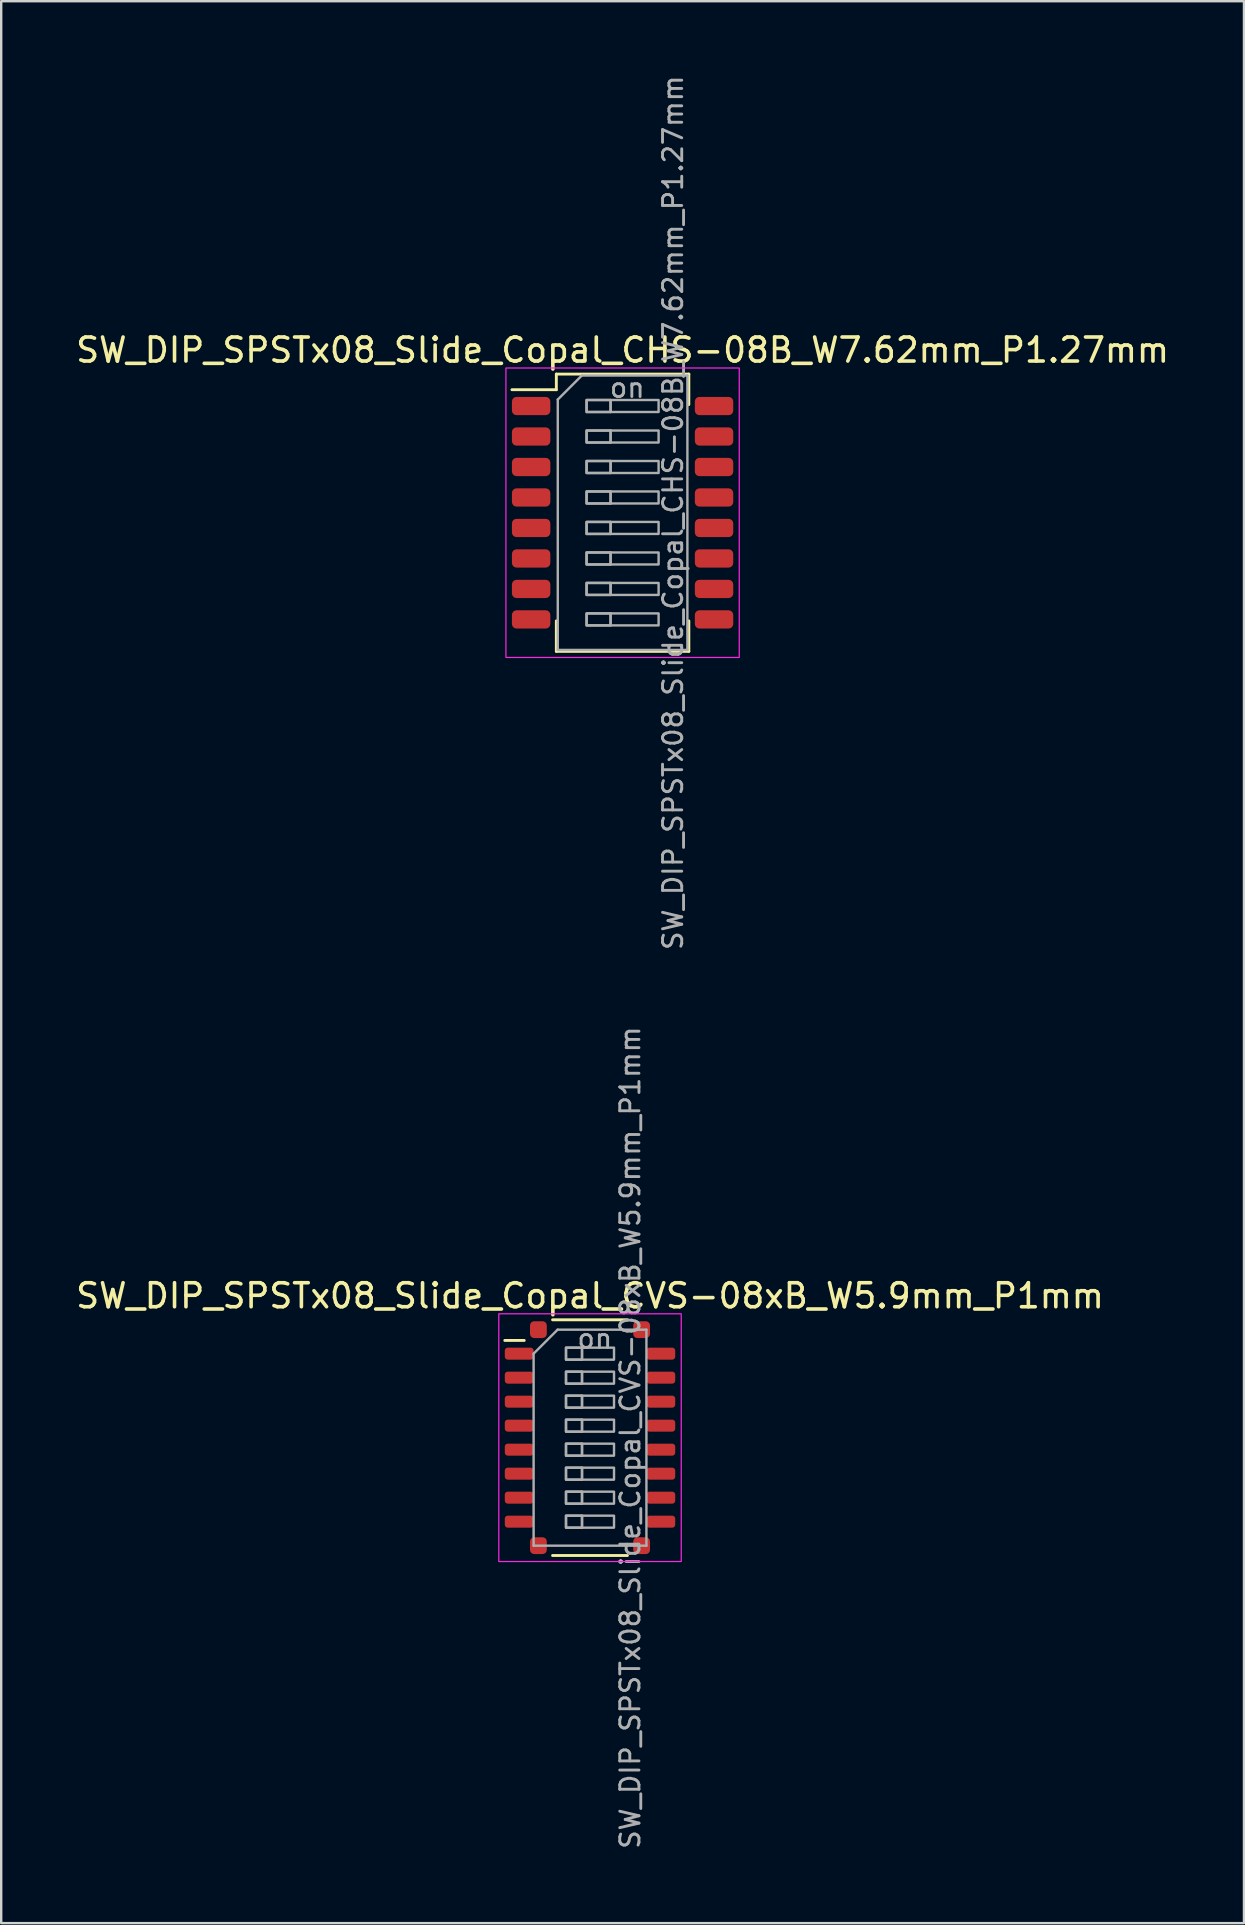
<source format=kicad_pcb>
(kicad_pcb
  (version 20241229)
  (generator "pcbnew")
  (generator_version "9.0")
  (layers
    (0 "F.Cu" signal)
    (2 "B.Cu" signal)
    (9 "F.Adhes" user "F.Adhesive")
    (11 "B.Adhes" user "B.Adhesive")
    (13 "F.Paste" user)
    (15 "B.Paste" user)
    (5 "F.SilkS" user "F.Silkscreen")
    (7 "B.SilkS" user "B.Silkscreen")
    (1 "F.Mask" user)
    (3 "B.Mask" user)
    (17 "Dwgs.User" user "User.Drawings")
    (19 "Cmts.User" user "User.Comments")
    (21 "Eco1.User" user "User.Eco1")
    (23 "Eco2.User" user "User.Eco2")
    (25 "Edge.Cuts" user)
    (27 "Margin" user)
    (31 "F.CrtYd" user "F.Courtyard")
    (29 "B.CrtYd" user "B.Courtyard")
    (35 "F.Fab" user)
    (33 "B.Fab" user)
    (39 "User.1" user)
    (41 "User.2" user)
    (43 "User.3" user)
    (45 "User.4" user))
  (footprint "SW_DIP_SPSTx08_Slide_Copal_CVS-08xB_W5.9mm_P1mm"
    (layer "F.Cu")
    (at 21.53 56.843)
    (property "Reference" "SW_DIP_SPSTx08_Slide_Copal_CVS-08xB_W5.9mm_P1mm" (at 0 -5.91 0) (layer "F.SilkS") (effects (font (size 1 1) (thickness 0.15))))
    (attr smd)
    (fp_line (start -3.55 -4.05) (end -2.74 -4.05) (stroke (width 0.12) (type solid)) (layer "F.SilkS"))
    (fp_line (start -1.56 -4.91) (end 1.56 -4.91) (stroke (width 0.12) (type solid)) (layer "F.SilkS"))
    (fp_line (start -1.56 4.91) (end 1.56 4.91) (stroke (width 0.12) (type solid)) (layer "F.SilkS"))
    (fp_rect (start -3.8 -5.16) (end 3.8 5.16) (stroke (width 0.05) (type solid)) (fill no) (layer "F.CrtYd"))
    (fp_line (start -2.35 -3.5) (end -1.35 -4.5) (stroke (width 0.1) (type solid)) (layer "F.Fab"))
    (fp_line (start -2.35 4.5) (end -2.35 -3.5) (stroke (width 0.1) (type solid)) (layer "F.Fab"))
    (fp_line (start -1.35 -4.5) (end 2.35 -4.5) (stroke (width 0.1) (type solid)) (layer "F.Fab"))
    (fp_line (start -0.333 -3.75) (end -0.333 -3.25) (stroke (width 0.1) (type solid)) (layer "F.Fab"))
    (fp_line (start -0.333 -2.75) (end -0.333 -2.25) (stroke (width 0.1) (type solid)) (layer "F.Fab"))
    (fp_line (start -0.333 -1.75) (end -0.333 -1.25) (stroke (width 0.1) (type solid)) (layer "F.Fab"))
    (fp_line (start -0.333 -0.75) (end -0.333 -0.25) (stroke (width 0.1) (type solid)) (layer "F.Fab"))
    (fp_line (start -0.333 0.25) (end -0.333 0.75) (stroke (width 0.1) (type solid)) (layer "F.Fab"))
    (fp_line (start -0.333 1.25) (end -0.333 1.75) (stroke (width 0.1) (type solid)) (layer "F.Fab"))
    (fp_line (start -0.333 2.25) (end -0.333 2.75) (stroke (width 0.1) (type solid)) (layer "F.Fab"))
    (fp_line (start -0.333 3.25) (end -0.333 3.75) (stroke (width 0.1) (type solid)) (layer "F.Fab"))
    (fp_line (start 2.35 -4.5) (end 2.35 4.5) (stroke (width 0.1) (type solid)) (layer "F.Fab"))
    (fp_line (start 2.35 4.5) (end -2.35 4.5) (stroke (width 0.1) (type solid)) (layer "F.Fab"))
    (fp_rect (start -1 -3.75) (end -0.333 -3.25) (stroke (width 0.1) (type solid)) (fill no) (layer "F.Fab"))
    (fp_rect (start -1 -3.75) (end 1 -3.25) (stroke (width 0.1) (type solid)) (fill no) (layer "F.Fab"))
    (fp_rect (start -1 -2.75) (end -0.333 -2.25) (stroke (width 0.1) (type solid)) (fill no) (layer "F.Fab"))
    (fp_rect (start -1 -2.75) (end 1 -2.25) (stroke (width 0.1) (type solid)) (fill no) (layer "F.Fab"))
    (fp_rect (start -1 -1.75) (end -0.333 -1.25) (stroke (width 0.1) (type solid)) (fill no) (layer "F.Fab"))
    (fp_rect (start -1 -1.75) (end 1 -1.25) (stroke (width 0.1) (type solid)) (fill no) (layer "F.Fab"))
    (fp_rect (start -1 -0.75) (end -0.333 -0.25) (stroke (width 0.1) (type solid)) (fill no) (layer "F.Fab"))
    (fp_rect (start -1 -0.75) (end 1 -0.25) (stroke (width 0.1) (type solid)) (fill no) (layer "F.Fab"))
    (fp_rect (start -1 0.25) (end -0.333 0.75) (stroke (width 0.1) (type solid)) (fill no) (layer "F.Fab"))
    (fp_rect (start -1 0.25) (end 1 0.75) (stroke (width 0.1) (type solid)) (fill no) (layer "F.Fab"))
    (fp_rect (start -1 1.25) (end -0.333 1.75) (stroke (width 0.1) (type solid)) (fill no) (layer "F.Fab"))
    (fp_rect (start -1 1.25) (end 1 1.75) (stroke (width 0.1) (type solid)) (fill no) (layer "F.Fab"))
    (fp_rect (start -1 2.25) (end -0.333 2.75) (stroke (width 0.1) (type solid)) (fill no) (layer "F.Fab"))
    (fp_rect (start -1 2.25) (end 1 2.75) (stroke (width 0.1) (type solid)) (fill no) (layer "F.Fab"))
    (fp_rect (start -1 3.25) (end -0.333 3.75) (stroke (width 0.1) (type solid)) (fill no) (layer "F.Fab"))
    (fp_rect (start -1 3.25) (end 1 3.75) (stroke (width 0.1) (type solid)) (fill no) (layer "F.Fab"))
    (fp_text user "${REFERENCE}" (at 1.675 0 90) (layer "F.Fab") (effects (font (size 0.8 0.8) (thickness 0.12))))
    (fp_text user "on" (at 0.2 -4.125 0) (layer "F.Fab") (effects (font (size 0.8 0.8) (thickness 0.12))))
    (pad "1" smd roundrect (at -2.95 -3.5) (size 1.2 0.5) (layers "F.Cu" "F.Mask" "F.Paste") (roundrect_rratio 0.25))
    (pad "2" smd roundrect (at -2.95 -2.5) (size 1.2 0.5) (layers "F.Cu" "F.Mask" "F.Paste") (roundrect_rratio 0.25))
    (pad "3" smd roundrect (at -2.95 -1.5) (size 1.2 0.5) (layers "F.Cu" "F.Mask" "F.Paste") (roundrect_rratio 0.25))
    (pad "4" smd roundrect (at -2.95 -0.5) (size 1.2 0.5) (layers "F.Cu" "F.Mask" "F.Paste") (roundrect_rratio 0.25))
    (pad "5" smd roundrect (at -2.95 0.5) (size 1.2 0.5) (layers "F.Cu" "F.Mask" "F.Paste") (roundrect_rratio 0.25))
    (pad "6" smd roundrect (at -2.95 1.5) (size 1.2 0.5) (layers "F.Cu" "F.Mask" "F.Paste") (roundrect_rratio 0.25))
    (pad "7" smd roundrect (at -2.95 2.5) (size 1.2 0.5) (layers "F.Cu" "F.Mask" "F.Paste") (roundrect_rratio 0.25))
    (pad "8" smd roundrect (at -2.95 3.5) (size 1.2 0.5) (layers "F.Cu" "F.Mask" "F.Paste") (roundrect_rratio 0.25))
    (pad "9" smd roundrect (at 2.95 3.5) (size 1.2 0.5) (layers "F.Cu" "F.Mask" "F.Paste") (roundrect_rratio 0.25))
    (pad "10" smd roundrect (at 2.95 2.5) (size 1.2 0.5) (layers "F.Cu" "F.Mask" "F.Paste") (roundrect_rratio 0.25))
    (pad "11" smd roundrect (at 2.95 1.5) (size 1.2 0.5) (layers "F.Cu" "F.Mask" "F.Paste") (roundrect_rratio 0.25))
    (pad "12" smd roundrect (at 2.95 0.5) (size 1.2 0.5) (layers "F.Cu" "F.Mask" "F.Paste") (roundrect_rratio 0.25))
    (pad "13" smd roundrect (at 2.95 -0.5) (size 1.2 0.5) (layers "F.Cu" "F.Mask" "F.Paste") (roundrect_rratio 0.25))
    (pad "14" smd roundrect (at 2.95 -1.5) (size 1.2 0.5) (layers "F.Cu" "F.Mask" "F.Paste") (roundrect_rratio 0.25))
    (pad "15" smd roundrect (at 2.95 -2.5) (size 1.2 0.5) (layers "F.Cu" "F.Mask" "F.Paste") (roundrect_rratio 0.25))
    (pad "16" smd roundrect (at 2.95 -3.5) (size 1.2 0.5) (layers "F.Cu" "F.Mask" "F.Paste") (roundrect_rratio 0.25))
    (pad "17" smd roundrect (at -2.15 -4.5) (size 0.7 0.7) (layers "F.Cu" "F.Mask" "F.Paste") (roundrect_rratio 0.25))
    (pad "17" smd roundrect (at -2.15 4.5) (size 0.7 0.7) (layers "F.Cu" "F.Mask" "F.Paste") (roundrect_rratio 0.25))
    (pad "17" smd roundrect (at 2.15 -4.5) (size 0.7 0.7) (layers "F.Cu" "F.Mask" "F.Paste") (roundrect_rratio 0.25))
    (pad "17" smd roundrect (at 2.15 4.5) (size 0.7 0.7) (layers "F.Cu" "F.Mask" "F.Paste") (roundrect_rratio 0.25)))
  (footprint "SW_DIP_SPSTx08_Slide_Copal_CHS-08B_W7.62mm_P1.27mm"
    (layer "F.Cu")
    (at 22.887 18.31)
    (property "Reference" "SW_DIP_SPSTx08_Slide_Copal_CHS-08B_W7.62mm_P1.27mm" (at 0 -6.775 0) (layer "F.SilkS") (effects (font (size 1 1) (thickness 0.15))))
    (attr smd)
    (fp_line (start -4.61 -5.125) (end -2.76 -5.125) (stroke (width 0.12) (type solid)) (layer "F.SilkS"))
    (fp_line (start -2.76 -5.775) (end -2.76 -5.125) (stroke (width 0.12) (type solid)) (layer "F.SilkS"))
    (fp_line (start -2.76 -5.775) (end 2.76 -5.775) (stroke (width 0.12) (type solid)) (layer "F.SilkS"))
    (fp_line (start -2.76 5.775) (end -2.76 4.505) (stroke (width 0.12) (type solid)) (layer "F.SilkS"))
    (fp_line (start -2.76 5.775) (end 2.76 5.775) (stroke (width 0.12) (type solid)) (layer "F.SilkS"))
    (fp_line (start 2.76 -5.775) (end 2.76 -4.505) (stroke (width 0.12) (type solid)) (layer "F.SilkS"))
    (fp_line (start 2.76 5.775) (end 2.76 4.505) (stroke (width 0.12) (type solid)) (layer "F.SilkS"))
    (fp_rect (start -4.86 -6.03) (end 4.86 6.03) (stroke (width 0.05) (type solid)) (fill no) (layer "F.CrtYd"))
    (fp_line (start -2.7 -4.715) (end -1.7 -5.715) (stroke (width 0.1) (type solid)) (layer "F.Fab"))
    (fp_line (start -2.7 5.715) (end -2.7 -4.715) (stroke (width 0.1) (type solid)) (layer "F.Fab"))
    (fp_line (start -1.7 -5.715) (end 2.7 -5.715) (stroke (width 0.1) (type solid)) (layer "F.Fab"))
    (fp_line (start -0.5 -4.695) (end -0.5 -4.195) (stroke (width 0.1) (type solid)) (layer "F.Fab"))
    (fp_line (start -0.5 -3.425) (end -0.5 -2.925) (stroke (width 0.1) (type solid)) (layer "F.Fab"))
    (fp_line (start -0.5 -2.155) (end -0.5 -1.655) (stroke (width 0.1) (type solid)) (layer "F.Fab"))
    (fp_line (start -0.5 -0.885) (end -0.5 -0.385) (stroke (width 0.1) (type solid)) (layer "F.Fab"))
    (fp_line (start -0.5 0.385) (end -0.5 0.885) (stroke (width 0.1) (type solid)) (layer "F.Fab"))
    (fp_line (start -0.5 1.655) (end -0.5 2.155) (stroke (width 0.1) (type solid)) (layer "F.Fab"))
    (fp_line (start -0.5 2.925) (end -0.5 3.425) (stroke (width 0.1) (type solid)) (layer "F.Fab"))
    (fp_line (start -0.5 4.195) (end -0.5 4.695) (stroke (width 0.1) (type solid)) (layer "F.Fab"))
    (fp_line (start 2.7 -5.715) (end 2.7 5.715) (stroke (width 0.1) (type solid)) (layer "F.Fab"))
    (fp_line (start 2.7 5.715) (end -2.7 5.715) (stroke (width 0.1) (type solid)) (layer "F.Fab"))
    (fp_rect (start -1.5 -4.695) (end -0.5 -4.195) (stroke (width 0.1) (type solid)) (fill no) (layer "F.Fab"))
    (fp_rect (start -1.5 -4.695) (end 1.5 -4.195) (stroke (width 0.1) (type solid)) (fill no) (layer "F.Fab"))
    (fp_rect (start -1.5 -3.425) (end -0.5 -2.925) (stroke (width 0.1) (type solid)) (fill no) (layer "F.Fab"))
    (fp_rect (start -1.5 -3.425) (end 1.5 -2.925) (stroke (width 0.1) (type solid)) (fill no) (layer "F.Fab"))
    (fp_rect (start -1.5 -2.155) (end -0.5 -1.655) (stroke (width 0.1) (type solid)) (fill no) (layer "F.Fab"))
    (fp_rect (start -1.5 -2.155) (end 1.5 -1.655) (stroke (width 0.1) (type solid)) (fill no) (layer "F.Fab"))
    (fp_rect (start -1.5 -0.885) (end -0.5 -0.385) (stroke (width 0.1) (type solid)) (fill no) (layer "F.Fab"))
    (fp_rect (start -1.5 -0.885) (end 1.5 -0.385) (stroke (width 0.1) (type solid)) (fill no) (layer "F.Fab"))
    (fp_rect (start -1.5 0.385) (end -0.5 0.885) (stroke (width 0.1) (type solid)) (fill no) (layer "F.Fab"))
    (fp_rect (start -1.5 0.385) (end 1.5 0.885) (stroke (width 0.1) (type solid)) (fill no) (layer "F.Fab"))
    (fp_rect (start -1.5 1.655) (end -0.5 2.155) (stroke (width 0.1) (type solid)) (fill no) (layer "F.Fab"))
    (fp_rect (start -1.5 1.655) (end 1.5 2.155) (stroke (width 0.1) (type solid)) (fill no) (layer "F.Fab"))
    (fp_rect (start -1.5 2.925) (end -0.5 3.425) (stroke (width 0.1) (type solid)) (fill no) (layer "F.Fab"))
    (fp_rect (start -1.5 2.925) (end 1.5 3.425) (stroke (width 0.1) (type solid)) (fill no) (layer "F.Fab"))
    (fp_rect (start -1.5 4.195) (end -0.5 4.695) (stroke (width 0.1) (type solid)) (fill no) (layer "F.Fab"))
    (fp_rect (start -1.5 4.195) (end 1.5 4.695) (stroke (width 0.1) (type solid)) (fill no) (layer "F.Fab"))
    (fp_text user "${REFERENCE}" (at 2.1 0 90) (layer "F.Fab") (effects (font (size 0.8 0.8) (thickness 0.12))))
    (fp_text user "on" (at 0.195 -5.205 0) (layer "F.Fab") (effects (font (size 0.8 0.8) (thickness 0.12))))
    (pad "1" smd roundrect (at -3.81 -4.445) (size 1.6 0.76) (layers "F.Cu" "F.Mask" "F.Paste") (roundrect_rratio 0.25))
    (pad "2" smd roundrect (at -3.81 -3.175) (size 1.6 0.76) (layers "F.Cu" "F.Mask" "F.Paste") (roundrect_rratio 0.25))
    (pad "3" smd roundrect (at -3.81 -1.905) (size 1.6 0.76) (layers "F.Cu" "F.Mask" "F.Paste") (roundrect_rratio 0.25))
    (pad "4" smd roundrect (at -3.81 -0.635) (size 1.6 0.76) (layers "F.Cu" "F.Mask" "F.Paste") (roundrect_rratio 0.25))
    (pad "5" smd roundrect (at -3.81 0.635) (size 1.6 0.76) (layers "F.Cu" "F.Mask" "F.Paste") (roundrect_rratio 0.25))
    (pad "6" smd roundrect (at -3.81 1.905) (size 1.6 0.76) (layers "F.Cu" "F.Mask" "F.Paste") (roundrect_rratio 0.25))
    (pad "7" smd roundrect (at -3.81 3.175) (size 1.6 0.76) (layers "F.Cu" "F.Mask" "F.Paste") (roundrect_rratio 0.25))
    (pad "8" smd roundrect (at -3.81 4.445) (size 1.6 0.76) (layers "F.Cu" "F.Mask" "F.Paste") (roundrect_rratio 0.25))
    (pad "9" smd roundrect (at 3.81 4.445) (size 1.6 0.76) (layers "F.Cu" "F.Mask" "F.Paste") (roundrect_rratio 0.25))
    (pad "10" smd roundrect (at 3.81 3.175) (size 1.6 0.76) (layers "F.Cu" "F.Mask" "F.Paste") (roundrect_rratio 0.25))
    (pad "11" smd roundrect (at 3.81 1.905) (size 1.6 0.76) (layers "F.Cu" "F.Mask" "F.Paste") (roundrect_rratio 0.25))
    (pad "12" smd roundrect (at 3.81 0.635) (size 1.6 0.76) (layers "F.Cu" "F.Mask" "F.Paste") (roundrect_rratio 0.25))
    (pad "13" smd roundrect (at 3.81 -0.635) (size 1.6 0.76) (layers "F.Cu" "F.Mask" "F.Paste") (roundrect_rratio 0.25))
    (pad "14" smd roundrect (at 3.81 -1.905) (size 1.6 0.76) (layers "F.Cu" "F.Mask" "F.Paste") (roundrect_rratio 0.25))
    (pad "15" smd roundrect (at 3.81 -3.175) (size 1.6 0.76) (layers "F.Cu" "F.Mask" "F.Paste") (roundrect_rratio 0.25))
    (pad "16" smd roundrect (at 3.81 -4.445) (size 1.6 0.76) (layers "F.Cu" "F.Mask" "F.Paste") (roundrect_rratio 0.25)))
  (gr_rect
    (start -3 -3)
    (end 48.774 77.067)
    (stroke (width 0.1) (type default))
    (fill no)
    (layer "Edge.Cuts")))
</source>
